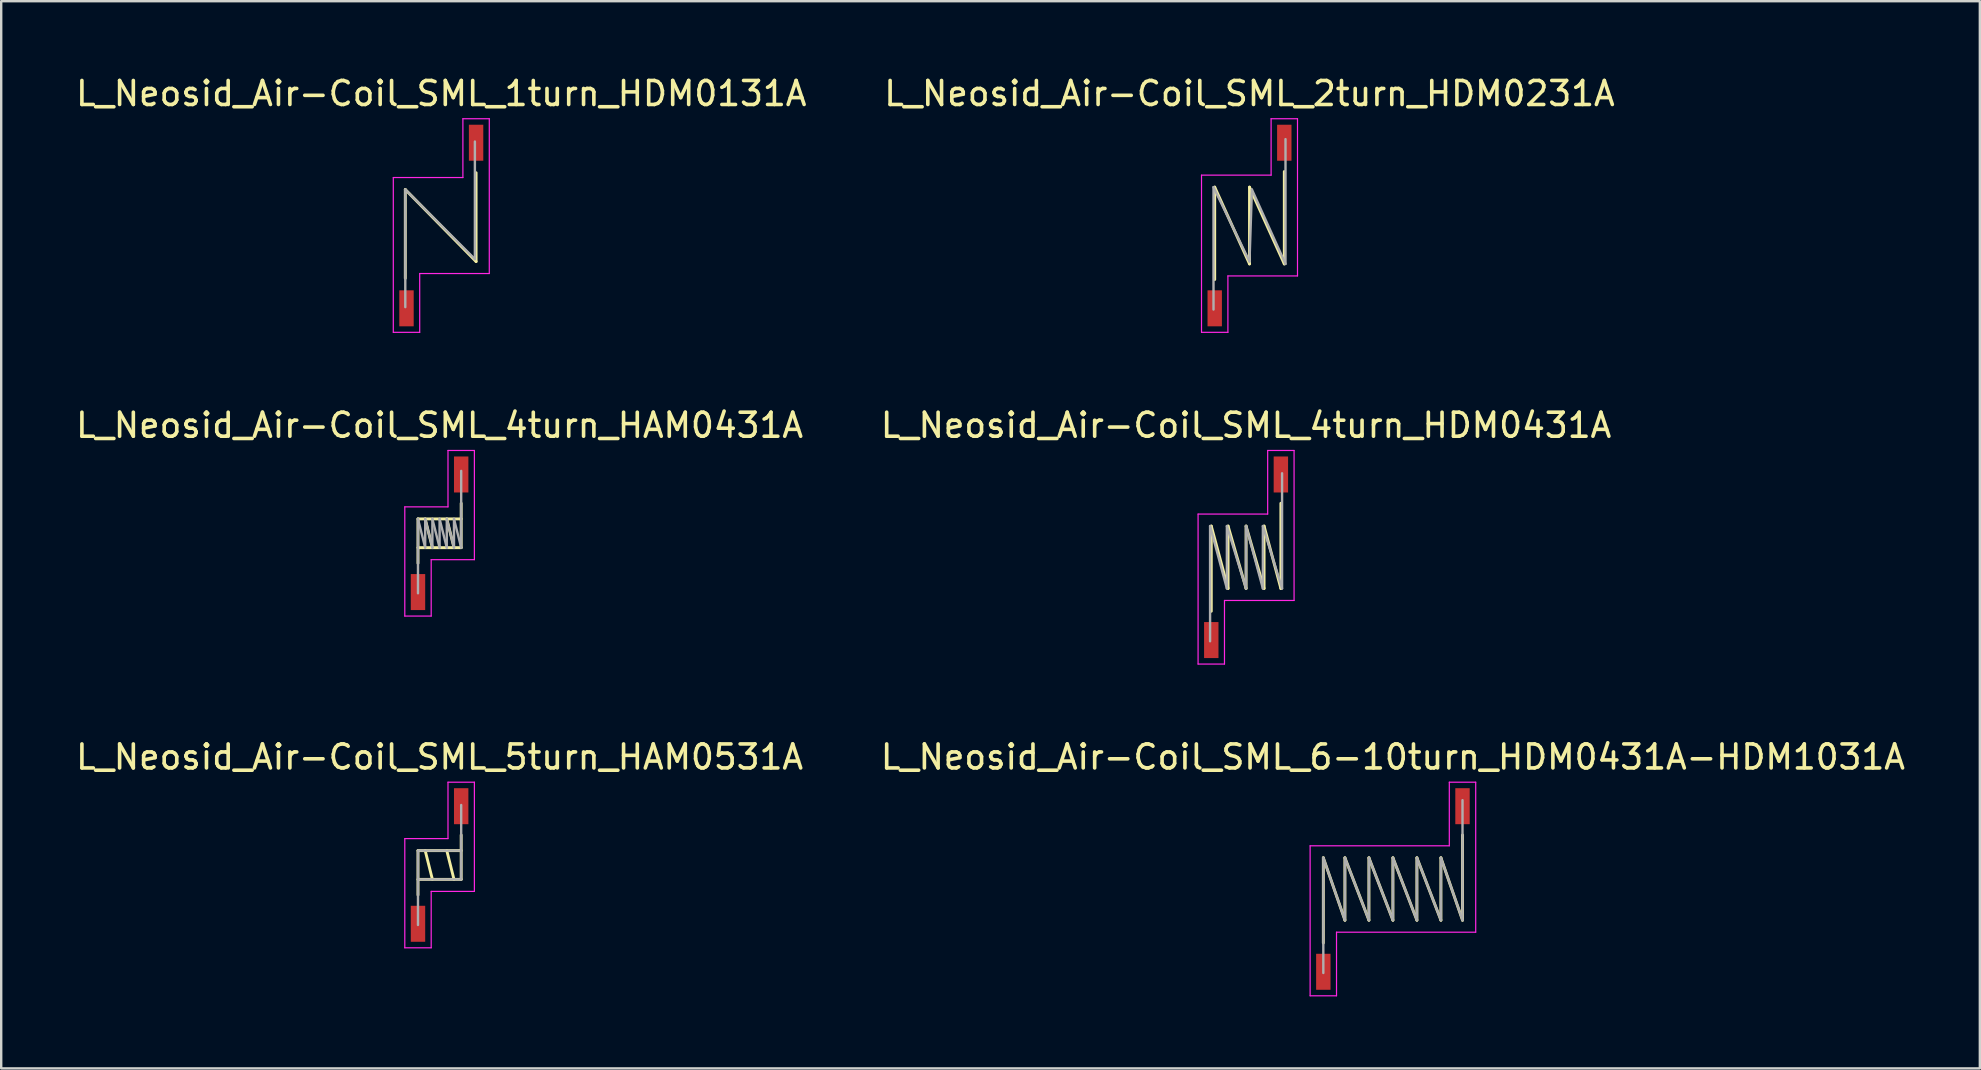
<source format=kicad_pcb>
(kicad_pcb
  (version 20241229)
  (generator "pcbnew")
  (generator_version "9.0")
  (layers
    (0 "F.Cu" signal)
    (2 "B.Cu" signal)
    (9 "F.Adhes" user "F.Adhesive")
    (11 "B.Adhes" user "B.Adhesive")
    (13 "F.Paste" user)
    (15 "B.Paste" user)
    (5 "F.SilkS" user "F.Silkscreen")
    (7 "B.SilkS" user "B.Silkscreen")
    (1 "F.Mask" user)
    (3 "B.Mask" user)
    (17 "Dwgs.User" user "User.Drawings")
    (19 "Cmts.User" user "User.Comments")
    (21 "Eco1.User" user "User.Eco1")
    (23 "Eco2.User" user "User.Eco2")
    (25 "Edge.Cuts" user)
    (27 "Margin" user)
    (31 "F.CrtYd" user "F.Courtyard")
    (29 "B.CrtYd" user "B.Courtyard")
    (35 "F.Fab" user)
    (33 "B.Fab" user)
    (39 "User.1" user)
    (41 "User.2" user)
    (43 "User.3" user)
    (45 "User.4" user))
  (footprint "L_Neosid_Air-Coil_SML_1turn_HDM0131A"
    (layer "F.Cu")
    (at 15.339 6.348)
    (property "Reference" "L_Neosid_Air-Coil_SML_1turn_HDM0131A" (at 0 -5.5 0) (layer "F.SilkS") (effects (font (size 1 1) (thickness 0.15))))
    (attr smd)
    (fp_line (start -1.5 -1.5) (end -1.5 2.2) (stroke (width 0.12) (type solid)) (layer "F.SilkS"))
    (fp_line (start -1.5 -1.5) (end 1.45 1.5) (stroke (width 0.12) (type solid)) (layer "F.SilkS"))
    (fp_line (start 1.45 1.5) (end 1.45 -2.2) (stroke (width 0.12) (type solid)) (layer "F.SilkS"))
    (fp_line (start -2 -2) (end -2 4.45) (stroke (width 0.05) (type solid)) (layer "F.CrtYd"))
    (fp_line (start -2 4.45) (end -0.9 4.45) (stroke (width 0.05) (type solid)) (layer "F.CrtYd"))
    (fp_line (start -0.9 2) (end 2 2) (stroke (width 0.05) (type solid)) (layer "F.CrtYd"))
    (fp_line (start -0.9 4.45) (end -0.9 2) (stroke (width 0.05) (type solid)) (layer "F.CrtYd"))
    (fp_line (start 0.9 -4.45) (end 0.9 -2) (stroke (width 0.05) (type solid)) (layer "F.CrtYd"))
    (fp_line (start 0.9 -2) (end -2 -2) (stroke (width 0.05) (type solid)) (layer "F.CrtYd"))
    (fp_line (start 2 -4.45) (end 0.9 -4.45) (stroke (width 0.05) (type solid)) (layer "F.CrtYd"))
    (fp_line (start 2 2) (end 2 -4.45) (stroke (width 0.05) (type solid)) (layer "F.CrtYd"))
    (fp_line (start -1.5 -1.5) (end 1.4 1.4) (stroke (width 0.1) (type solid)) (layer "F.Fab"))
    (fp_line (start -1.5 3.4) (end -1.5 -1.5) (stroke (width 0.1) (type solid)) (layer "F.Fab"))
    (fp_line (start 1.4 1.4) (end 1.4 -3.5) (stroke (width 0.1) (type solid)) (layer "F.Fab"))
    (pad "1" smd rect (at -1.45 3.45) (size 0.6 1.5) (layers "F.Cu" "F.Mask" "F.Paste"))
    (pad "2" smd rect (at 1.45 -3.45) (size 0.6 1.5) (layers "F.Cu" "F.Mask" "F.Paste")))
  (footprint "L_Neosid_Air-Coil_SML_4turn_HDM0431A"
    (layer "F.Cu")
    (at 48.875 20.172)
    (property "Reference" "L_Neosid_Air-Coil_SML_4turn_HDM0431A" (at 0 -5.5 0) (layer "F.SilkS") (effects (font (size 1 1) (thickness 0.15))))
    (attr smd)
    (fp_line (start -1.45 -1.3) (end -1.45 2.25) (stroke (width 0.12) (type solid)) (layer "F.SilkS"))
    (fp_line (start -1.45 -1.3) (end -0.75 1.3) (stroke (width 0.12) (type solid)) (layer "F.SilkS"))
    (fp_line (start -0.75 -1.3) (end -0.75 1.3) (stroke (width 0.12) (type solid)) (layer "F.SilkS"))
    (fp_line (start -0.75 -1.3) (end 0 1.3) (stroke (width 0.12) (type solid)) (layer "F.SilkS"))
    (fp_line (start 0 -1.3) (end 0 1.3) (stroke (width 0.12) (type solid)) (layer "F.SilkS"))
    (fp_line (start 0 -1.3) (end 0.75 1.3) (stroke (width 0.12) (type solid)) (layer "F.SilkS"))
    (fp_line (start 0.75 -1.3) (end 0.75 1.3) (stroke (width 0.12) (type solid)) (layer "F.SilkS"))
    (fp_line (start 0.75 -1.3) (end 1.45 1.3) (stroke (width 0.12) (type solid)) (layer "F.SilkS"))
    (fp_line (start 1.45 1.3) (end 1.45 -2.25) (stroke (width 0.12) (type solid)) (layer "F.SilkS"))
    (fp_line (start -2 -1.8) (end -2 4.45) (stroke (width 0.05) (type solid)) (layer "F.CrtYd"))
    (fp_line (start -2 4.45) (end -0.9 4.45) (stroke (width 0.05) (type solid)) (layer "F.CrtYd"))
    (fp_line (start -0.9 1.8) (end 2 1.8) (stroke (width 0.05) (type solid)) (layer "F.CrtYd"))
    (fp_line (start -0.9 4.45) (end -0.9 1.8) (stroke (width 0.05) (type solid)) (layer "F.CrtYd"))
    (fp_line (start 0.9 -4.45) (end 0.9 -1.8) (stroke (width 0.05) (type solid)) (layer "F.CrtYd"))
    (fp_line (start 0.9 -1.8) (end -2 -1.8) (stroke (width 0.05) (type solid)) (layer "F.CrtYd"))
    (fp_line (start 2 -4.45) (end 0.9 -4.45) (stroke (width 0.05) (type solid)) (layer "F.CrtYd"))
    (fp_line (start 2 1.8) (end 2 -4.45) (stroke (width 0.05) (type solid)) (layer "F.CrtYd"))
    (fp_line (start -1.5 -1.3) (end -0.8 1.3) (stroke (width 0.1) (type solid)) (layer "F.Fab"))
    (fp_line (start -1.5 3.5) (end -1.5 -1.3) (stroke (width 0.1) (type solid)) (layer "F.Fab"))
    (fp_line (start -0.8 -1.3) (end 0 1.3) (stroke (width 0.1) (type solid)) (layer "F.Fab"))
    (fp_line (start -0.8 1.3) (end -0.8 -1.3) (stroke (width 0.1) (type solid)) (layer "F.Fab"))
    (fp_line (start 0 -1.3) (end 0.7 1.3) (stroke (width 0.1) (type solid)) (layer "F.Fab"))
    (fp_line (start 0 1.3) (end 0 -1.3) (stroke (width 0.1) (type solid)) (layer "F.Fab"))
    (fp_line (start 0.7 -1.3) (end 1.5 1.3) (stroke (width 0.1) (type solid)) (layer "F.Fab"))
    (fp_line (start 0.7 1.3) (end 0.7 -1.3) (stroke (width 0.1) (type solid)) (layer "F.Fab"))
    (fp_line (start 1.5 1.3) (end 1.5 -3.5) (stroke (width 0.1) (type solid)) (layer "F.Fab"))
    (pad "1" smd rect (at -1.45 3.45) (size 0.6 1.5) (layers "F.Cu" "F.Mask" "F.Paste"))
    (pad "2" smd rect (at 1.45 -3.45) (size 0.6 1.5) (layers "F.Cu" "F.Mask" "F.Paste")))
  (footprint "L_Neosid_Air-Coil_SML_5turn_HAM0531A"
    (layer "F.Cu")
    (at 15.268 32.995)
    (property "Reference" "L_Neosid_Air-Coil_SML_5turn_HAM0531A" (at 0 -4.5 0) (layer "F.SilkS") (effects (font (size 1 1) (thickness 0.15))))
    (attr smd)
    (fp_line (start -0.9 -0.6) (end 0.9 -0.6) (stroke (width 0.12) (type solid)) (layer "F.SilkS"))
    (fp_line (start -0.9 1.25) (end -0.9 -0.6) (stroke (width 0.12) (type solid)) (layer "F.SilkS"))
    (fp_line (start -0.6 -0.6) (end -0.3 0.6) (stroke (width 0.12) (type solid)) (layer "F.SilkS"))
    (fp_line (start 0.3 -0.6) (end 0.6 0.6) (stroke (width 0.12) (type solid)) (layer "F.SilkS"))
    (fp_line (start 0.9 0.6) (end -0.9 0.6) (stroke (width 0.12) (type solid)) (layer "F.SilkS"))
    (fp_line (start 0.9 0.6) (end 0.9 -1.25) (stroke (width 0.12) (type solid)) (layer "F.SilkS"))
    (fp_line (start -1.45 -1.1) (end -1.45 3.45) (stroke (width 0.05) (type solid)) (layer "F.CrtYd"))
    (fp_line (start -1.45 3.45) (end -0.35 3.45) (stroke (width 0.05) (type solid)) (layer "F.CrtYd"))
    (fp_line (start -0.35 1.1) (end 1.45 1.1) (stroke (width 0.05) (type solid)) (layer "F.CrtYd"))
    (fp_line (start -0.35 3.45) (end -0.35 1.1) (stroke (width 0.05) (type solid)) (layer "F.CrtYd"))
    (fp_line (start 0.35 -3.45) (end 0.35 -1.1) (stroke (width 0.05) (type solid)) (layer "F.CrtYd"))
    (fp_line (start 0.35 -1.1) (end -1.45 -1.1) (stroke (width 0.05) (type solid)) (layer "F.CrtYd"))
    (fp_line (start 1.45 -3.45) (end 0.35 -3.45) (stroke (width 0.05) (type solid)) (layer "F.CrtYd"))
    (fp_line (start 1.45 1.1) (end 1.45 -3.45) (stroke (width 0.05) (type solid)) (layer "F.CrtYd"))
    (fp_line (start -0.9 -0.6) (end 0.9 -0.6) (stroke (width 0.1) (type solid)) (layer "F.Fab"))
    (fp_line (start -0.9 2.5) (end -0.9 -0.6) (stroke (width 0.1) (type solid)) (layer "F.Fab"))
    (fp_line (start 0.9 -2.5) (end 0.9 0.6) (stroke (width 0.1) (type solid)) (layer "F.Fab"))
    (fp_line (start 0.9 0.6) (end -0.9 0.6) (stroke (width 0.1) (type solid)) (layer "F.Fab"))
    (pad "1" smd rect (at -0.9 2.45) (size 0.6 1.5) (layers "F.Cu" "F.Mask" "F.Paste"))
    (pad "2" smd rect (at 0.9 -2.45) (size 0.6 1.5) (layers "F.Cu" "F.Mask" "F.Paste")))
  (footprint "L_Neosid_Air-Coil_SML_2turn_HDM0231A"
    (layer "F.Cu")
    (at 49.018 6.348)
    (property "Reference" "L_Neosid_Air-Coil_SML_2turn_HDM0231A" (at 0 -5.5 0) (layer "F.SilkS") (effects (font (size 1 1) (thickness 0.15))))
    (attr smd)
    (fp_line (start -1.45 -1.6) (end -1.45 2.25) (stroke (width 0.12) (type solid)) (layer "F.SilkS"))
    (fp_line (start -1.45 -1.6) (end 0 1.6) (stroke (width 0.12) (type solid)) (layer "F.SilkS"))
    (fp_line (start 0 -1.6) (end 0 1.6) (stroke (width 0.12) (type solid)) (layer "F.SilkS"))
    (fp_line (start 0 -1.6) (end 1.45 1.6) (stroke (width 0.12) (type solid)) (layer "F.SilkS"))
    (fp_line (start 1.45 1.6) (end 1.45 -2.25) (stroke (width 0.12) (type solid)) (layer "F.SilkS"))
    (fp_line (start -2 -2.1) (end -2 4.45) (stroke (width 0.05) (type solid)) (layer "F.CrtYd"))
    (fp_line (start -2 4.45) (end -0.9 4.45) (stroke (width 0.05) (type solid)) (layer "F.CrtYd"))
    (fp_line (start -0.9 2.1) (end 2 2.1) (stroke (width 0.05) (type solid)) (layer "F.CrtYd"))
    (fp_line (start -0.9 4.45) (end -0.9 2.1) (stroke (width 0.05) (type solid)) (layer "F.CrtYd"))
    (fp_line (start 0.9 -4.45) (end 0.9 -2.1) (stroke (width 0.05) (type solid)) (layer "F.CrtYd"))
    (fp_line (start 0.9 -2.1) (end -2 -2.1) (stroke (width 0.05) (type solid)) (layer "F.CrtYd"))
    (fp_line (start 2 -4.45) (end 0.9 -4.45) (stroke (width 0.05) (type solid)) (layer "F.CrtYd"))
    (fp_line (start 2 2.1) (end 2 -4.45) (stroke (width 0.05) (type solid)) (layer "F.CrtYd"))
    (fp_line (start -1.5 -1.6) (end 0 1.5) (stroke (width 0.1) (type solid)) (layer "F.Fab"))
    (fp_line (start -1.5 3.5) (end -1.5 -1.6) (stroke (width 0.1) (type solid)) (layer "F.Fab"))
    (fp_line (start 0 1.5) (end 0.1 -1.5) (stroke (width 0.1) (type solid)) (layer "F.Fab"))
    (fp_line (start 0.1 -1.5) (end 1.5 1.6) (stroke (width 0.1) (type solid)) (layer "F.Fab"))
    (fp_line (start 1.5 1.6) (end 1.5 -3.6) (stroke (width 0.1) (type solid)) (layer "F.Fab"))
    (pad "1" smd rect (at -1.45 3.45) (size 0.6 1.5) (layers "F.Cu" "F.Mask" "F.Paste"))
    (pad "2" smd rect (at 1.45 -3.45) (size 0.6 1.5) (layers "F.Cu" "F.Mask" "F.Paste")))
  (footprint "L_Neosid_Air-Coil_SML_6-10turn_HDM0431A-HDM1031A"
    (layer "F.Cu")
    (at 54.994 33.995)
    (property "Reference" "L_Neosid_Air-Coil_SML_6-10turn_HDM0431A-HDM1031A" (at 0 -5.5 0) (layer "F.SilkS") (effects (font (size 1 1) (thickness 0.15))))
    (attr smd)
    (fp_line (start -2.9 -1.3) (end -2.9 2.25) (stroke (width 0.12) (type solid)) (layer "F.SilkS"))
    (fp_line (start -2.9 -1.3) (end -2 1.3) (stroke (width 0.12) (type solid)) (layer "F.SilkS"))
    (fp_line (start -2 -1.3) (end -2 1.3) (stroke (width 0.12) (type solid)) (layer "F.SilkS"))
    (fp_line (start -2 -1.3) (end -1 1.3) (stroke (width 0.12) (type solid)) (layer "F.SilkS"))
    (fp_line (start -1 -1.3) (end -1 1.3) (stroke (width 0.12) (type solid)) (layer "F.SilkS"))
    (fp_line (start -1 -1.3) (end 0 1.3) (stroke (width 0.12) (type solid)) (layer "F.SilkS"))
    (fp_line (start 0 -1.3) (end 0 1.3) (stroke (width 0.12) (type solid)) (layer "F.SilkS"))
    (fp_line (start 0 -1.3) (end 1 1.3) (stroke (width 0.12) (type solid)) (layer "F.SilkS"))
    (fp_line (start 1 -1.3) (end 1 1.3) (stroke (width 0.12) (type solid)) (layer "F.SilkS"))
    (fp_line (start 1 -1.3) (end 2 1.3) (stroke (width 0.12) (type solid)) (layer "F.SilkS"))
    (fp_line (start 2 -1.3) (end 2 1.3) (stroke (width 0.12) (type solid)) (layer "F.SilkS"))
    (fp_line (start 2 -1.3) (end 2.9 1.3) (stroke (width 0.12) (type solid)) (layer "F.SilkS"))
    (fp_line (start 2.9 1.3) (end 2.9 -2.25) (stroke (width 0.12) (type solid)) (layer "F.SilkS"))
    (fp_line (start -3.45 -1.8) (end -3.45 4.45) (stroke (width 0.05) (type solid)) (layer "F.CrtYd"))
    (fp_line (start -3.45 4.45) (end -2.35 4.45) (stroke (width 0.05) (type solid)) (layer "F.CrtYd"))
    (fp_line (start -2.35 1.8) (end 3.45 1.8) (stroke (width 0.05) (type solid)) (layer "F.CrtYd"))
    (fp_line (start -2.35 4.45) (end -2.35 1.8) (stroke (width 0.05) (type solid)) (layer "F.CrtYd"))
    (fp_line (start 2.35 -4.45) (end 2.35 -1.8) (stroke (width 0.05) (type solid)) (layer "F.CrtYd"))
    (fp_line (start 2.35 -1.8) (end -3.45 -1.8) (stroke (width 0.05) (type solid)) (layer "F.CrtYd"))
    (fp_line (start 3.45 -4.45) (end 2.35 -4.45) (stroke (width 0.05) (type solid)) (layer "F.CrtYd"))
    (fp_line (start 3.45 1.8) (end 3.45 -4.45) (stroke (width 0.05) (type solid)) (layer "F.CrtYd"))
    (fp_line (start -2.9 -1.3) (end -2 1.3) (stroke (width 0.1) (type solid)) (layer "F.Fab"))
    (fp_line (start -2.9 3.5) (end -2.9 -1.3) (stroke (width 0.1) (type solid)) (layer "F.Fab"))
    (fp_line (start -2 -1.3) (end -1 1.3) (stroke (width 0.1) (type solid)) (layer "F.Fab"))
    (fp_line (start -2 1.3) (end -2 -1.3) (stroke (width 0.1) (type solid)) (layer "F.Fab"))
    (fp_line (start -1 -1.3) (end 0 1.3) (stroke (width 0.1) (type solid)) (layer "F.Fab"))
    (fp_line (start -1 1.3) (end -1 -1.3) (stroke (width 0.1) (type solid)) (layer "F.Fab"))
    (fp_line (start 0 -1.3) (end 1 1.3) (stroke (width 0.1) (type solid)) (layer "F.Fab"))
    (fp_line (start 0 1.3) (end 0 -1.3) (stroke (width 0.1) (type solid)) (layer "F.Fab"))
    (fp_line (start 1 -1.3) (end 2 1.3) (stroke (width 0.1) (type solid)) (layer "F.Fab"))
    (fp_line (start 1 1.3) (end 1 -1.3) (stroke (width 0.1) (type solid)) (layer "F.Fab"))
    (fp_line (start 2 -1.3) (end 2.9 1.3) (stroke (width 0.1) (type solid)) (layer "F.Fab"))
    (fp_line (start 2 1.3) (end 2 -1.3) (stroke (width 0.1) (type solid)) (layer "F.Fab"))
    (fp_line (start 2.9 1.3) (end 2.9 -3.7) (stroke (width 0.1) (type solid)) (layer "F.Fab"))
    (pad "1" smd rect (at -2.9 3.45) (size 0.6 1.5) (layers "F.Cu" "F.Mask" "F.Paste"))
    (pad "2" smd rect (at 2.9 -3.45) (size 0.6 1.5) (layers "F.Cu" "F.Mask" "F.Paste")))
  (footprint "L_Neosid_Air-Coil_SML_4turn_HAM0431A"
    (layer "F.Cu")
    (at 15.268 19.172)
    (property "Reference" "L_Neosid_Air-Coil_SML_4turn_HAM0431A" (at 0 -4.5 0) (layer "F.SilkS") (effects (font (size 1 1) (thickness 0.15))))
    (attr smd)
    (fp_line (start -0.9 -0.6) (end 0.9 -0.6) (stroke (width 0.12) (type solid)) (layer "F.SilkS"))
    (fp_line (start -0.9 1.25) (end -0.9 -0.6) (stroke (width 0.12) (type solid)) (layer "F.SilkS"))
    (fp_line (start -0.6 -0.6) (end -0.3 0.6) (stroke (width 0.12) (type solid)) (layer "F.SilkS"))
    (fp_line (start 0.3 -0.6) (end 0.6 0.6) (stroke (width 0.12) (type solid)) (layer "F.SilkS"))
    (fp_line (start 0.9 0.6) (end -0.9 0.6) (stroke (width 0.12) (type solid)) (layer "F.SilkS"))
    (fp_line (start 0.9 0.6) (end 0.9 -1.25) (stroke (width 0.12) (type solid)) (layer "F.SilkS"))
    (fp_line (start -1.45 -1.1) (end -1.45 3.45) (stroke (width 0.05) (type solid)) (layer "F.CrtYd"))
    (fp_line (start -1.45 3.45) (end -0.35 3.45) (stroke (width 0.05) (type solid)) (layer "F.CrtYd"))
    (fp_line (start -0.35 1.1) (end 1.45 1.1) (stroke (width 0.05) (type solid)) (layer "F.CrtYd"))
    (fp_line (start -0.35 3.45) (end -0.35 1.1) (stroke (width 0.05) (type solid)) (layer "F.CrtYd"))
    (fp_line (start 0.35 -3.45) (end 0.35 -1.1) (stroke (width 0.05) (type solid)) (layer "F.CrtYd"))
    (fp_line (start 0.35 -1.1) (end -1.45 -1.1) (stroke (width 0.05) (type solid)) (layer "F.CrtYd"))
    (fp_line (start 1.45 -3.45) (end 0.35 -3.45) (stroke (width 0.05) (type solid)) (layer "F.CrtYd"))
    (fp_line (start 1.45 1.1) (end 1.45 -3.45) (stroke (width 0.05) (type solid)) (layer "F.CrtYd"))
    (fp_line (start -0.9 -0.6) (end -0.6 0.6) (stroke (width 0.1) (type solid)) (layer "F.Fab"))
    (fp_line (start -0.9 2.5) (end -0.9 -0.6) (stroke (width 0.1) (type solid)) (layer "F.Fab"))
    (fp_line (start -0.6 -0.6) (end -0.3 0.6) (stroke (width 0.1) (type solid)) (layer "F.Fab"))
    (fp_line (start -0.6 0.6) (end -0.6 -0.6) (stroke (width 0.1) (type solid)) (layer "F.Fab"))
    (fp_line (start -0.3 -0.6) (end 0 0.6) (stroke (width 0.1) (type solid)) (layer "F.Fab"))
    (fp_line (start -0.3 0.6) (end -0.3 -0.6) (stroke (width 0.1) (type solid)) (layer "F.Fab"))
    (fp_line (start 0 0.6) (end 0 -0.6) (stroke (width 0.1) (type solid)) (layer "F.Fab"))
    (fp_line (start 0.3 -0.6) (end 0.3 0.6) (stroke (width 0.1) (type solid)) (layer "F.Fab"))
    (fp_line (start 0.3 -0.6) (end 0.6 0.6) (stroke (width 0.1) (type solid)) (layer "F.Fab"))
    (fp_line (start 0.3 0.6) (end 0 -0.6) (stroke (width 0.1) (type solid)) (layer "F.Fab"))
    (fp_line (start 0.6 -0.6) (end 0.9 0.6) (stroke (width 0.1) (type solid)) (layer "F.Fab"))
    (fp_line (start 0.6 0.6) (end 0.6 -0.6) (stroke (width 0.1) (type solid)) (layer "F.Fab"))
    (fp_line (start 0.9 0.6) (end 0.9 -2.6) (stroke (width 0.1) (type solid)) (layer "F.Fab"))
    (pad "1" smd rect (at -0.9 2.45) (size 0.6 1.5) (layers "F.Cu" "F.Mask" "F.Paste"))
    (pad "2" smd rect (at 0.9 -2.45) (size 0.6 1.5) (layers "F.Cu" "F.Mask" "F.Paste")))
  (gr_rect
    (start -3 -3)
    (end 79.452 41.47)
    (stroke (width 0.1) (type default))
    (fill no)
    (layer "Edge.Cuts")))
</source>
